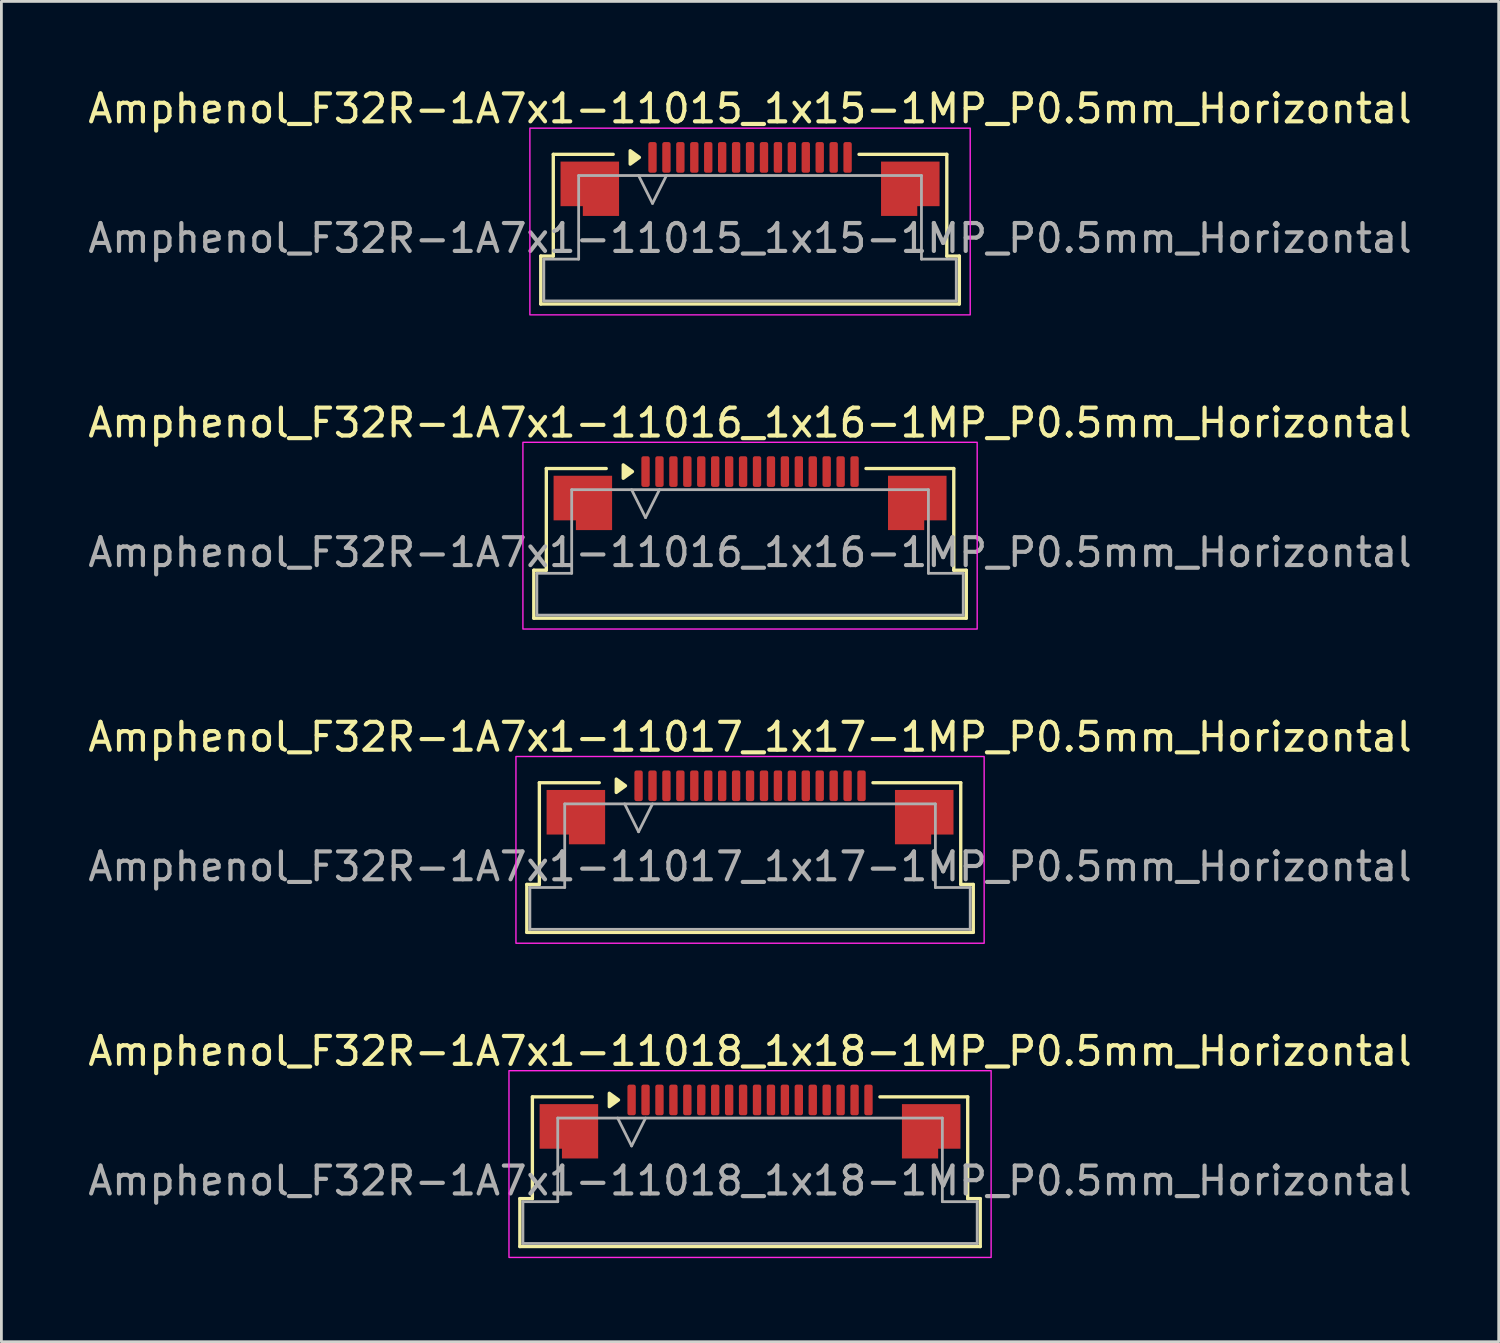
<source format=kicad_pcb>
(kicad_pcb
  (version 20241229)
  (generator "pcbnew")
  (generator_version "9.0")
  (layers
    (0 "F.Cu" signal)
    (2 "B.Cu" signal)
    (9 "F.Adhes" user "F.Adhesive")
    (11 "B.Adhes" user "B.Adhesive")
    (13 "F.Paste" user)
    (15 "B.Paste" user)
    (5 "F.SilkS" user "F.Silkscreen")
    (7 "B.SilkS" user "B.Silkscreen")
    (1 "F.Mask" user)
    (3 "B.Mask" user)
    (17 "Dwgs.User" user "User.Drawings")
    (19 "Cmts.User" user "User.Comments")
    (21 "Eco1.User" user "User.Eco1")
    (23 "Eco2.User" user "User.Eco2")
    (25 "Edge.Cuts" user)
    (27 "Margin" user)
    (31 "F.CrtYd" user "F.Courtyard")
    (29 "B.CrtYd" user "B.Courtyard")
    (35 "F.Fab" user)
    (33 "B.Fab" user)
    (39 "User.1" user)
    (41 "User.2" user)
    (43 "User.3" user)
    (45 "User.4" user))
  (footprint "Amphenol_F32R-1A7x1-11015_1x15-1MP_P0.5mm_Horizontal"
    (layer "F.Cu")
    (at 23.863 5.498)
    (property "Reference" "Amphenol_F32R-1A7x1-11015_1x15-1MP_P0.5mm_Horizontal" (at 0 -4.65 0) (layer "F.SilkS") (effects (font (size 1 1) (thickness 0.15))))
    (attr smd)
    (fp_line (start -7.51 0.64) (end -7.06 0.64) (stroke (width 0.12) (type solid)) (layer "F.SilkS"))
    (fp_line (start -7.51 2.36) (end -7.51 0.64) (stroke (width 0.12) (type solid)) (layer "F.SilkS"))
    (fp_line (start -7.06 -3.01) (end -4.91 -3.01) (stroke (width 0.12) (type solid)) (layer "F.SilkS"))
    (fp_line (start -7.06 0.64) (end -7.06 -3.01) (stroke (width 0.12) (type solid)) (layer "F.SilkS"))
    (fp_line (start 3.91 -3.01) (end 7.06 -3.01) (stroke (width 0.12) (type solid)) (layer "F.SilkS"))
    (fp_line (start 7.06 -3.01) (end 7.06 0.64) (stroke (width 0.12) (type solid)) (layer "F.SilkS"))
    (fp_line (start 7.06 0.64) (end 7.51 0.64) (stroke (width 0.12) (type solid)) (layer "F.SilkS"))
    (fp_line (start 7.51 0.64) (end 7.51 2.36) (stroke (width 0.12) (type solid)) (layer "F.SilkS"))
    (fp_line (start 7.51 2.36) (end -7.51 2.36) (stroke (width 0.12) (type solid)) (layer "F.SilkS"))
    (fp_poly (pts (xy -3.97 -2.9) (xy -4.3 -2.66) (xy -4.3 -3.14)) (stroke (width 0.12) (type solid)) (fill yes) (layer "F.SilkS"))
    (fp_rect (start -7.9 -3.95) (end 7.9 2.75) (stroke (width 0.05) (type solid)) (fill no) (layer "F.CrtYd"))
    (fp_line (start -7.4 0.75) (end -6.15 0.75) (stroke (width 0.1) (type solid)) (layer "F.Fab"))
    (fp_line (start -7.4 2.25) (end -7.4 0.75) (stroke (width 0.1) (type solid)) (layer "F.Fab"))
    (fp_line (start -6.15 -2.25) (end 6.15 -2.25) (stroke (width 0.1) (type solid)) (layer "F.Fab"))
    (fp_line (start -6.15 0.75) (end -6.15 -2.25) (stroke (width 0.1) (type solid)) (layer "F.Fab"))
    (fp_line (start -4 -2.25) (end -3.5 -1.25) (stroke (width 0.1) (type solid)) (layer "F.Fab"))
    (fp_line (start -3.5 -1.25) (end -3 -2.25) (stroke (width 0.1) (type solid)) (layer "F.Fab"))
    (fp_line (start 6.15 -2.25) (end 6.15 0.75) (stroke (width 0.1) (type solid)) (layer "F.Fab"))
    (fp_line (start 6.15 0.75) (end 7.4 0.75) (stroke (width 0.1) (type solid)) (layer "F.Fab"))
    (fp_line (start 7.4 0.75) (end 7.4 2.25) (stroke (width 0.1) (type solid)) (layer "F.Fab"))
    (fp_line (start 7.4 2.25) (end -7.4 2.25) (stroke (width 0.1) (type solid)) (layer "F.Fab"))
    (fp_text user "${REFERENCE}" (at 0 0 0) (layer "F.Fab") (effects (font (size 1 1) (thickness 0.15))))
    (pad "1" smd roundrect (at -3.5 -2.9) (size 0.3 1.1) (layers "F.Cu" "F.Mask" "F.Paste") (roundrect_rratio 0.25))
    (pad "2" smd roundrect (at -3 -2.9) (size 0.3 1.1) (layers "F.Cu" "F.Mask" "F.Paste") (roundrect_rratio 0.25))
    (pad "3" smd roundrect (at -2.5 -2.9) (size 0.3 1.1) (layers "F.Cu" "F.Mask" "F.Paste") (roundrect_rratio 0.25))
    (pad "4" smd roundrect (at -2 -2.9) (size 0.3 1.1) (layers "F.Cu" "F.Mask" "F.Paste") (roundrect_rratio 0.25))
    (pad "5" smd roundrect (at -1.5 -2.9) (size 0.3 1.1) (layers "F.Cu" "F.Mask" "F.Paste") (roundrect_rratio 0.25))
    (pad "6" smd roundrect (at -1 -2.9) (size 0.3 1.1) (layers "F.Cu" "F.Mask" "F.Paste") (roundrect_rratio 0.25))
    (pad "7" smd roundrect (at -0.5 -2.9) (size 0.3 1.1) (layers "F.Cu" "F.Mask" "F.Paste") (roundrect_rratio 0.25))
    (pad "8" smd roundrect (at 0 -2.9) (size 0.3 1.1) (layers "F.Cu" "F.Mask" "F.Paste") (roundrect_rratio 0.25))
    (pad "9" smd roundrect (at 0.5 -2.9) (size 0.3 1.1) (layers "F.Cu" "F.Mask" "F.Paste") (roundrect_rratio 0.25))
    (pad "10" smd roundrect (at 1 -2.9) (size 0.3 1.1) (layers "F.Cu" "F.Mask" "F.Paste") (roundrect_rratio 0.25))
    (pad "11" smd roundrect (at 1.5 -2.9) (size 0.3 1.1) (layers "F.Cu" "F.Mask" "F.Paste") (roundrect_rratio 0.25))
    (pad "12" smd roundrect (at 2 -2.9) (size 0.3 1.1) (layers "F.Cu" "F.Mask" "F.Paste") (roundrect_rratio 0.25))
    (pad "13" smd roundrect (at 2.5 -2.9) (size 0.3 1.1) (layers "F.Cu" "F.Mask" "F.Paste") (roundrect_rratio 0.25))
    (pad "14" smd roundrect (at 3 -2.9) (size 0.3 1.1) (layers "F.Cu" "F.Mask" "F.Paste") (roundrect_rratio 0.25))
    (pad "15" smd roundrect (at 3.5 -2.9) (size 0.3 1.1) (layers "F.Cu" "F.Mask" "F.Paste") (roundrect_rratio 0.25))
    (pad "MP" smd custom (at -5.75 -1.775) (size 1 1) (layers "F.Cu" "F.Mask" "F.Paste") (options (anchor circle)) (primitives (gr_poly (pts (xy 1.05 -0.975) (xy 1.05 0.975) (xy -0.25 0.975) (xy -0.25 0.625) (xy -1.05 0.625) (xy -1.05 -0.975)) (width 0) (fill yes))))
    (pad "MP" smd custom (at 5.75 -1.775) (size 1 1) (layers "F.Cu" "F.Mask" "F.Paste") (options (anchor circle)) (primitives (gr_poly (pts (xy -1.05 -0.975) (xy -1.05 0.975) (xy 0.25 0.975) (xy 0.25 0.625) (xy 1.05 0.625) (xy 1.05 -0.975)) (width 0) (fill yes)))))
  (footprint "Amphenol_F32R-1A7x1-11016_1x16-1MP_P0.5mm_Horizontal"
    (layer "F.Cu")
    (at 23.863 16.771)
    (property "Reference" "Amphenol_F32R-1A7x1-11016_1x16-1MP_P0.5mm_Horizontal" (at 0 -4.65 0) (layer "F.SilkS") (effects (font (size 1 1) (thickness 0.15))))
    (attr smd)
    (fp_line (start -7.76 0.64) (end -7.31 0.64) (stroke (width 0.12) (type solid)) (layer "F.SilkS"))
    (fp_line (start -7.76 2.36) (end -7.76 0.64) (stroke (width 0.12) (type solid)) (layer "F.SilkS"))
    (fp_line (start -7.31 -3.01) (end -5.16 -3.01) (stroke (width 0.12) (type solid)) (layer "F.SilkS"))
    (fp_line (start -7.31 0.64) (end -7.31 -3.01) (stroke (width 0.12) (type solid)) (layer "F.SilkS"))
    (fp_line (start 4.16 -3.01) (end 7.31 -3.01) (stroke (width 0.12) (type solid)) (layer "F.SilkS"))
    (fp_line (start 7.31 -3.01) (end 7.31 0.64) (stroke (width 0.12) (type solid)) (layer "F.SilkS"))
    (fp_line (start 7.31 0.64) (end 7.76 0.64) (stroke (width 0.12) (type solid)) (layer "F.SilkS"))
    (fp_line (start 7.76 0.64) (end 7.76 2.36) (stroke (width 0.12) (type solid)) (layer "F.SilkS"))
    (fp_line (start 7.76 2.36) (end -7.76 2.36) (stroke (width 0.12) (type solid)) (layer "F.SilkS"))
    (fp_poly (pts (xy -4.22 -2.9) (xy -4.55 -2.66) (xy -4.55 -3.14)) (stroke (width 0.12) (type solid)) (fill yes) (layer "F.SilkS"))
    (fp_rect (start -8.15 -3.95) (end 8.15 2.75) (stroke (width 0.05) (type solid)) (fill no) (layer "F.CrtYd"))
    (fp_line (start -7.65 0.75) (end -6.4 0.75) (stroke (width 0.1) (type solid)) (layer "F.Fab"))
    (fp_line (start -7.65 2.25) (end -7.65 0.75) (stroke (width 0.1) (type solid)) (layer "F.Fab"))
    (fp_line (start -6.4 -2.25) (end 6.4 -2.25) (stroke (width 0.1) (type solid)) (layer "F.Fab"))
    (fp_line (start -6.4 0.75) (end -6.4 -2.25) (stroke (width 0.1) (type solid)) (layer "F.Fab"))
    (fp_line (start -4.25 -2.25) (end -3.75 -1.25) (stroke (width 0.1) (type solid)) (layer "F.Fab"))
    (fp_line (start -3.75 -1.25) (end -3.25 -2.25) (stroke (width 0.1) (type solid)) (layer "F.Fab"))
    (fp_line (start 6.4 -2.25) (end 6.4 0.75) (stroke (width 0.1) (type solid)) (layer "F.Fab"))
    (fp_line (start 6.4 0.75) (end 7.65 0.75) (stroke (width 0.1) (type solid)) (layer "F.Fab"))
    (fp_line (start 7.65 0.75) (end 7.65 2.25) (stroke (width 0.1) (type solid)) (layer "F.Fab"))
    (fp_line (start 7.65 2.25) (end -7.65 2.25) (stroke (width 0.1) (type solid)) (layer "F.Fab"))
    (fp_text user "${REFERENCE}" (at 0 0 0) (layer "F.Fab") (effects (font (size 1 1) (thickness 0.15))))
    (pad "1" smd roundrect (at -3.75 -2.9) (size 0.3 1.1) (layers "F.Cu" "F.Mask" "F.Paste") (roundrect_rratio 0.25))
    (pad "2" smd roundrect (at -3.25 -2.9) (size 0.3 1.1) (layers "F.Cu" "F.Mask" "F.Paste") (roundrect_rratio 0.25))
    (pad "3" smd roundrect (at -2.75 -2.9) (size 0.3 1.1) (layers "F.Cu" "F.Mask" "F.Paste") (roundrect_rratio 0.25))
    (pad "4" smd roundrect (at -2.25 -2.9) (size 0.3 1.1) (layers "F.Cu" "F.Mask" "F.Paste") (roundrect_rratio 0.25))
    (pad "5" smd roundrect (at -1.75 -2.9) (size 0.3 1.1) (layers "F.Cu" "F.Mask" "F.Paste") (roundrect_rratio 0.25))
    (pad "6" smd roundrect (at -1.25 -2.9) (size 0.3 1.1) (layers "F.Cu" "F.Mask" "F.Paste") (roundrect_rratio 0.25))
    (pad "7" smd roundrect (at -0.75 -2.9) (size 0.3 1.1) (layers "F.Cu" "F.Mask" "F.Paste") (roundrect_rratio 0.25))
    (pad "8" smd roundrect (at -0.25 -2.9) (size 0.3 1.1) (layers "F.Cu" "F.Mask" "F.Paste") (roundrect_rratio 0.25))
    (pad "9" smd roundrect (at 0.25 -2.9) (size 0.3 1.1) (layers "F.Cu" "F.Mask" "F.Paste") (roundrect_rratio 0.25))
    (pad "10" smd roundrect (at 0.75 -2.9) (size 0.3 1.1) (layers "F.Cu" "F.Mask" "F.Paste") (roundrect_rratio 0.25))
    (pad "11" smd roundrect (at 1.25 -2.9) (size 0.3 1.1) (layers "F.Cu" "F.Mask" "F.Paste") (roundrect_rratio 0.25))
    (pad "12" smd roundrect (at 1.75 -2.9) (size 0.3 1.1) (layers "F.Cu" "F.Mask" "F.Paste") (roundrect_rratio 0.25))
    (pad "13" smd roundrect (at 2.25 -2.9) (size 0.3 1.1) (layers "F.Cu" "F.Mask" "F.Paste") (roundrect_rratio 0.25))
    (pad "14" smd roundrect (at 2.75 -2.9) (size 0.3 1.1) (layers "F.Cu" "F.Mask" "F.Paste") (roundrect_rratio 0.25))
    (pad "15" smd roundrect (at 3.25 -2.9) (size 0.3 1.1) (layers "F.Cu" "F.Mask" "F.Paste") (roundrect_rratio 0.25))
    (pad "16" smd roundrect (at 3.75 -2.9) (size 0.3 1.1) (layers "F.Cu" "F.Mask" "F.Paste") (roundrect_rratio 0.25))
    (pad "MP" smd custom (at -6 -1.775) (size 1 1) (layers "F.Cu" "F.Mask" "F.Paste") (options (anchor circle)) (primitives (gr_poly (pts (xy 1.05 -0.975) (xy 1.05 0.975) (xy -0.25 0.975) (xy -0.25 0.625) (xy -1.05 0.625) (xy -1.05 -0.975)) (width 0) (fill yes))))
    (pad "MP" smd custom (at 6 -1.775) (size 1 1) (layers "F.Cu" "F.Mask" "F.Paste") (options (anchor circle)) (primitives (gr_poly (pts (xy -1.05 -0.975) (xy -1.05 0.975) (xy 0.25 0.975) (xy 0.25 0.625) (xy 1.05 0.625) (xy 1.05 -0.975)) (width 0) (fill yes)))))
  (footprint "Amphenol_F32R-1A7x1-11018_1x18-1MP_P0.5mm_Horizontal"
    (layer "F.Cu")
    (at 23.863 39.318)
    (property "Reference" "Amphenol_F32R-1A7x1-11018_1x18-1MP_P0.5mm_Horizontal" (at 0 -4.65 0) (layer "F.SilkS") (effects (font (size 1 1) (thickness 0.15))))
    (attr smd)
    (fp_line (start -8.26 0.64) (end -7.81 0.64) (stroke (width 0.12) (type solid)) (layer "F.SilkS"))
    (fp_line (start -8.26 2.36) (end -8.26 0.64) (stroke (width 0.12) (type solid)) (layer "F.SilkS"))
    (fp_line (start -7.81 -3.01) (end -5.66 -3.01) (stroke (width 0.12) (type solid)) (layer "F.SilkS"))
    (fp_line (start -7.81 0.64) (end -7.81 -3.01) (stroke (width 0.12) (type solid)) (layer "F.SilkS"))
    (fp_line (start 4.66 -3.01) (end 7.81 -3.01) (stroke (width 0.12) (type solid)) (layer "F.SilkS"))
    (fp_line (start 7.81 -3.01) (end 7.81 0.64) (stroke (width 0.12) (type solid)) (layer "F.SilkS"))
    (fp_line (start 7.81 0.64) (end 8.26 0.64) (stroke (width 0.12) (type solid)) (layer "F.SilkS"))
    (fp_line (start 8.26 0.64) (end 8.26 2.36) (stroke (width 0.12) (type solid)) (layer "F.SilkS"))
    (fp_line (start 8.26 2.36) (end -8.26 2.36) (stroke (width 0.12) (type solid)) (layer "F.SilkS"))
    (fp_poly (pts (xy -4.72 -2.9) (xy -5.05 -2.66) (xy -5.05 -3.14)) (stroke (width 0.12) (type solid)) (fill yes) (layer "F.SilkS"))
    (fp_rect (start -8.65 -3.95) (end 8.65 2.75) (stroke (width 0.05) (type solid)) (fill no) (layer "F.CrtYd"))
    (fp_line (start -8.15 0.75) (end -6.9 0.75) (stroke (width 0.1) (type solid)) (layer "F.Fab"))
    (fp_line (start -8.15 2.25) (end -8.15 0.75) (stroke (width 0.1) (type solid)) (layer "F.Fab"))
    (fp_line (start -6.9 -2.25) (end 6.9 -2.25) (stroke (width 0.1) (type solid)) (layer "F.Fab"))
    (fp_line (start -6.9 0.75) (end -6.9 -2.25) (stroke (width 0.1) (type solid)) (layer "F.Fab"))
    (fp_line (start -4.75 -2.25) (end -4.25 -1.25) (stroke (width 0.1) (type solid)) (layer "F.Fab"))
    (fp_line (start -4.25 -1.25) (end -3.75 -2.25) (stroke (width 0.1) (type solid)) (layer "F.Fab"))
    (fp_line (start 6.9 -2.25) (end 6.9 0.75) (stroke (width 0.1) (type solid)) (layer "F.Fab"))
    (fp_line (start 6.9 0.75) (end 8.15 0.75) (stroke (width 0.1) (type solid)) (layer "F.Fab"))
    (fp_line (start 8.15 0.75) (end 8.15 2.25) (stroke (width 0.1) (type solid)) (layer "F.Fab"))
    (fp_line (start 8.15 2.25) (end -8.15 2.25) (stroke (width 0.1) (type solid)) (layer "F.Fab"))
    (fp_text user "${REFERENCE}" (at 0 0 0) (layer "F.Fab") (effects (font (size 1 1) (thickness 0.15))))
    (pad "1" smd roundrect (at -4.25 -2.9) (size 0.3 1.1) (layers "F.Cu" "F.Mask" "F.Paste") (roundrect_rratio 0.25))
    (pad "2" smd roundrect (at -3.75 -2.9) (size 0.3 1.1) (layers "F.Cu" "F.Mask" "F.Paste") (roundrect_rratio 0.25))
    (pad "3" smd roundrect (at -3.25 -2.9) (size 0.3 1.1) (layers "F.Cu" "F.Mask" "F.Paste") (roundrect_rratio 0.25))
    (pad "4" smd roundrect (at -2.75 -2.9) (size 0.3 1.1) (layers "F.Cu" "F.Mask" "F.Paste") (roundrect_rratio 0.25))
    (pad "5" smd roundrect (at -2.25 -2.9) (size 0.3 1.1) (layers "F.Cu" "F.Mask" "F.Paste") (roundrect_rratio 0.25))
    (pad "6" smd roundrect (at -1.75 -2.9) (size 0.3 1.1) (layers "F.Cu" "F.Mask" "F.Paste") (roundrect_rratio 0.25))
    (pad "7" smd roundrect (at -1.25 -2.9) (size 0.3 1.1) (layers "F.Cu" "F.Mask" "F.Paste") (roundrect_rratio 0.25))
    (pad "8" smd roundrect (at -0.75 -2.9) (size 0.3 1.1) (layers "F.Cu" "F.Mask" "F.Paste") (roundrect_rratio 0.25))
    (pad "9" smd roundrect (at -0.25 -2.9) (size 0.3 1.1) (layers "F.Cu" "F.Mask" "F.Paste") (roundrect_rratio 0.25))
    (pad "10" smd roundrect (at 0.25 -2.9) (size 0.3 1.1) (layers "F.Cu" "F.Mask" "F.Paste") (roundrect_rratio 0.25))
    (pad "11" smd roundrect (at 0.75 -2.9) (size 0.3 1.1) (layers "F.Cu" "F.Mask" "F.Paste") (roundrect_rratio 0.25))
    (pad "12" smd roundrect (at 1.25 -2.9) (size 0.3 1.1) (layers "F.Cu" "F.Mask" "F.Paste") (roundrect_rratio 0.25))
    (pad "13" smd roundrect (at 1.75 -2.9) (size 0.3 1.1) (layers "F.Cu" "F.Mask" "F.Paste") (roundrect_rratio 0.25))
    (pad "14" smd roundrect (at 2.25 -2.9) (size 0.3 1.1) (layers "F.Cu" "F.Mask" "F.Paste") (roundrect_rratio 0.25))
    (pad "15" smd roundrect (at 2.75 -2.9) (size 0.3 1.1) (layers "F.Cu" "F.Mask" "F.Paste") (roundrect_rratio 0.25))
    (pad "16" smd roundrect (at 3.25 -2.9) (size 0.3 1.1) (layers "F.Cu" "F.Mask" "F.Paste") (roundrect_rratio 0.25))
    (pad "17" smd roundrect (at 3.75 -2.9) (size 0.3 1.1) (layers "F.Cu" "F.Mask" "F.Paste") (roundrect_rratio 0.25))
    (pad "18" smd roundrect (at 4.25 -2.9) (size 0.3 1.1) (layers "F.Cu" "F.Mask" "F.Paste") (roundrect_rratio 0.25))
    (pad "MP" smd custom (at -6.5 -1.775) (size 1 1) (layers "F.Cu" "F.Mask" "F.Paste") (options (anchor circle)) (primitives (gr_poly (pts (xy 1.05 -0.975) (xy 1.05 0.975) (xy -0.25 0.975) (xy -0.25 0.625) (xy -1.05 0.625) (xy -1.05 -0.975)) (width 0) (fill yes))))
    (pad "MP" smd custom (at 6.5 -1.775) (size 1 1) (layers "F.Cu" "F.Mask" "F.Paste") (options (anchor circle)) (primitives (gr_poly (pts (xy -1.05 -0.975) (xy -1.05 0.975) (xy 0.25 0.975) (xy 0.25 0.625) (xy 1.05 0.625) (xy 1.05 -0.975)) (width 0) (fill yes)))))
  (footprint "Amphenol_F32R-1A7x1-11017_1x17-1MP_P0.5mm_Horizontal"
    (layer "F.Cu")
    (at 23.863 28.045)
    (property "Reference" "Amphenol_F32R-1A7x1-11017_1x17-1MP_P0.5mm_Horizontal" (at 0 -4.65 0) (layer "F.SilkS") (effects (font (size 1 1) (thickness 0.15))))
    (attr smd)
    (fp_line (start -8.01 0.64) (end -7.56 0.64) (stroke (width 0.12) (type solid)) (layer "F.SilkS"))
    (fp_line (start -8.01 2.36) (end -8.01 0.64) (stroke (width 0.12) (type solid)) (layer "F.SilkS"))
    (fp_line (start -7.56 -3.01) (end -5.41 -3.01) (stroke (width 0.12) (type solid)) (layer "F.SilkS"))
    (fp_line (start -7.56 0.64) (end -7.56 -3.01) (stroke (width 0.12) (type solid)) (layer "F.SilkS"))
    (fp_line (start 4.41 -3.01) (end 7.56 -3.01) (stroke (width 0.12) (type solid)) (layer "F.SilkS"))
    (fp_line (start 7.56 -3.01) (end 7.56 0.64) (stroke (width 0.12) (type solid)) (layer "F.SilkS"))
    (fp_line (start 7.56 0.64) (end 8.01 0.64) (stroke (width 0.12) (type solid)) (layer "F.SilkS"))
    (fp_line (start 8.01 0.64) (end 8.01 2.36) (stroke (width 0.12) (type solid)) (layer "F.SilkS"))
    (fp_line (start 8.01 2.36) (end -8.01 2.36) (stroke (width 0.12) (type solid)) (layer "F.SilkS"))
    (fp_poly (pts (xy -4.47 -2.9) (xy -4.8 -2.66) (xy -4.8 -3.14)) (stroke (width 0.12) (type solid)) (fill yes) (layer "F.SilkS"))
    (fp_rect (start -8.4 -3.95) (end 8.4 2.75) (stroke (width 0.05) (type solid)) (fill no) (layer "F.CrtYd"))
    (fp_line (start -7.9 0.75) (end -6.65 0.75) (stroke (width 0.1) (type solid)) (layer "F.Fab"))
    (fp_line (start -7.9 2.25) (end -7.9 0.75) (stroke (width 0.1) (type solid)) (layer "F.Fab"))
    (fp_line (start -6.65 -2.25) (end 6.65 -2.25) (stroke (width 0.1) (type solid)) (layer "F.Fab"))
    (fp_line (start -6.65 0.75) (end -6.65 -2.25) (stroke (width 0.1) (type solid)) (layer "F.Fab"))
    (fp_line (start -4.5 -2.25) (end -4 -1.25) (stroke (width 0.1) (type solid)) (layer "F.Fab"))
    (fp_line (start -4 -1.25) (end -3.5 -2.25) (stroke (width 0.1) (type solid)) (layer "F.Fab"))
    (fp_line (start 6.65 -2.25) (end 6.65 0.75) (stroke (width 0.1) (type solid)) (layer "F.Fab"))
    (fp_line (start 6.65 0.75) (end 7.9 0.75) (stroke (width 0.1) (type solid)) (layer "F.Fab"))
    (fp_line (start 7.9 0.75) (end 7.9 2.25) (stroke (width 0.1) (type solid)) (layer "F.Fab"))
    (fp_line (start 7.9 2.25) (end -7.9 2.25) (stroke (width 0.1) (type solid)) (layer "F.Fab"))
    (fp_text user "${REFERENCE}" (at 0 0 0) (layer "F.Fab") (effects (font (size 1 1) (thickness 0.15))))
    (pad "1" smd roundrect (at -4 -2.9) (size 0.3 1.1) (layers "F.Cu" "F.Mask" "F.Paste") (roundrect_rratio 0.25))
    (pad "2" smd roundrect (at -3.5 -2.9) (size 0.3 1.1) (layers "F.Cu" "F.Mask" "F.Paste") (roundrect_rratio 0.25))
    (pad "3" smd roundrect (at -3 -2.9) (size 0.3 1.1) (layers "F.Cu" "F.Mask" "F.Paste") (roundrect_rratio 0.25))
    (pad "4" smd roundrect (at -2.5 -2.9) (size 0.3 1.1) (layers "F.Cu" "F.Mask" "F.Paste") (roundrect_rratio 0.25))
    (pad "5" smd roundrect (at -2 -2.9) (size 0.3 1.1) (layers "F.Cu" "F.Mask" "F.Paste") (roundrect_rratio 0.25))
    (pad "6" smd roundrect (at -1.5 -2.9) (size 0.3 1.1) (layers "F.Cu" "F.Mask" "F.Paste") (roundrect_rratio 0.25))
    (pad "7" smd roundrect (at -1 -2.9) (size 0.3 1.1) (layers "F.Cu" "F.Mask" "F.Paste") (roundrect_rratio 0.25))
    (pad "8" smd roundrect (at -0.5 -2.9) (size 0.3 1.1) (layers "F.Cu" "F.Mask" "F.Paste") (roundrect_rratio 0.25))
    (pad "9" smd roundrect (at 0 -2.9) (size 0.3 1.1) (layers "F.Cu" "F.Mask" "F.Paste") (roundrect_rratio 0.25))
    (pad "10" smd roundrect (at 0.5 -2.9) (size 0.3 1.1) (layers "F.Cu" "F.Mask" "F.Paste") (roundrect_rratio 0.25))
    (pad "11" smd roundrect (at 1 -2.9) (size 0.3 1.1) (layers "F.Cu" "F.Mask" "F.Paste") (roundrect_rratio 0.25))
    (pad "12" smd roundrect (at 1.5 -2.9) (size 0.3 1.1) (layers "F.Cu" "F.Mask" "F.Paste") (roundrect_rratio 0.25))
    (pad "13" smd roundrect (at 2 -2.9) (size 0.3 1.1) (layers "F.Cu" "F.Mask" "F.Paste") (roundrect_rratio 0.25))
    (pad "14" smd roundrect (at 2.5 -2.9) (size 0.3 1.1) (layers "F.Cu" "F.Mask" "F.Paste") (roundrect_rratio 0.25))
    (pad "15" smd roundrect (at 3 -2.9) (size 0.3 1.1) (layers "F.Cu" "F.Mask" "F.Paste") (roundrect_rratio 0.25))
    (pad "16" smd roundrect (at 3.5 -2.9) (size 0.3 1.1) (layers "F.Cu" "F.Mask" "F.Paste") (roundrect_rratio 0.25))
    (pad "17" smd roundrect (at 4 -2.9) (size 0.3 1.1) (layers "F.Cu" "F.Mask" "F.Paste") (roundrect_rratio 0.25))
    (pad "MP" smd custom (at -6.25 -1.775) (size 1 1) (layers "F.Cu" "F.Mask" "F.Paste") (options (anchor circle)) (primitives (gr_poly (pts (xy 1.05 -0.975) (xy 1.05 0.975) (xy -0.25 0.975) (xy -0.25 0.625) (xy -1.05 0.625) (xy -1.05 -0.975)) (width 0) (fill yes))))
    (pad "MP" smd custom (at 6.25 -1.775) (size 1 1) (layers "F.Cu" "F.Mask" "F.Paste") (options (anchor circle)) (primitives (gr_poly (pts (xy -1.05 -0.975) (xy -1.05 0.975) (xy 0.25 0.975) (xy 0.25 0.625) (xy 1.05 0.625) (xy 1.05 -0.975)) (width 0) (fill yes)))))
  (gr_rect
    (start -3 -3)
    (end 50.726 45.093)
    (stroke (width 0.1) (type default))
    (fill no)
    (layer "Edge.Cuts")))
</source>
